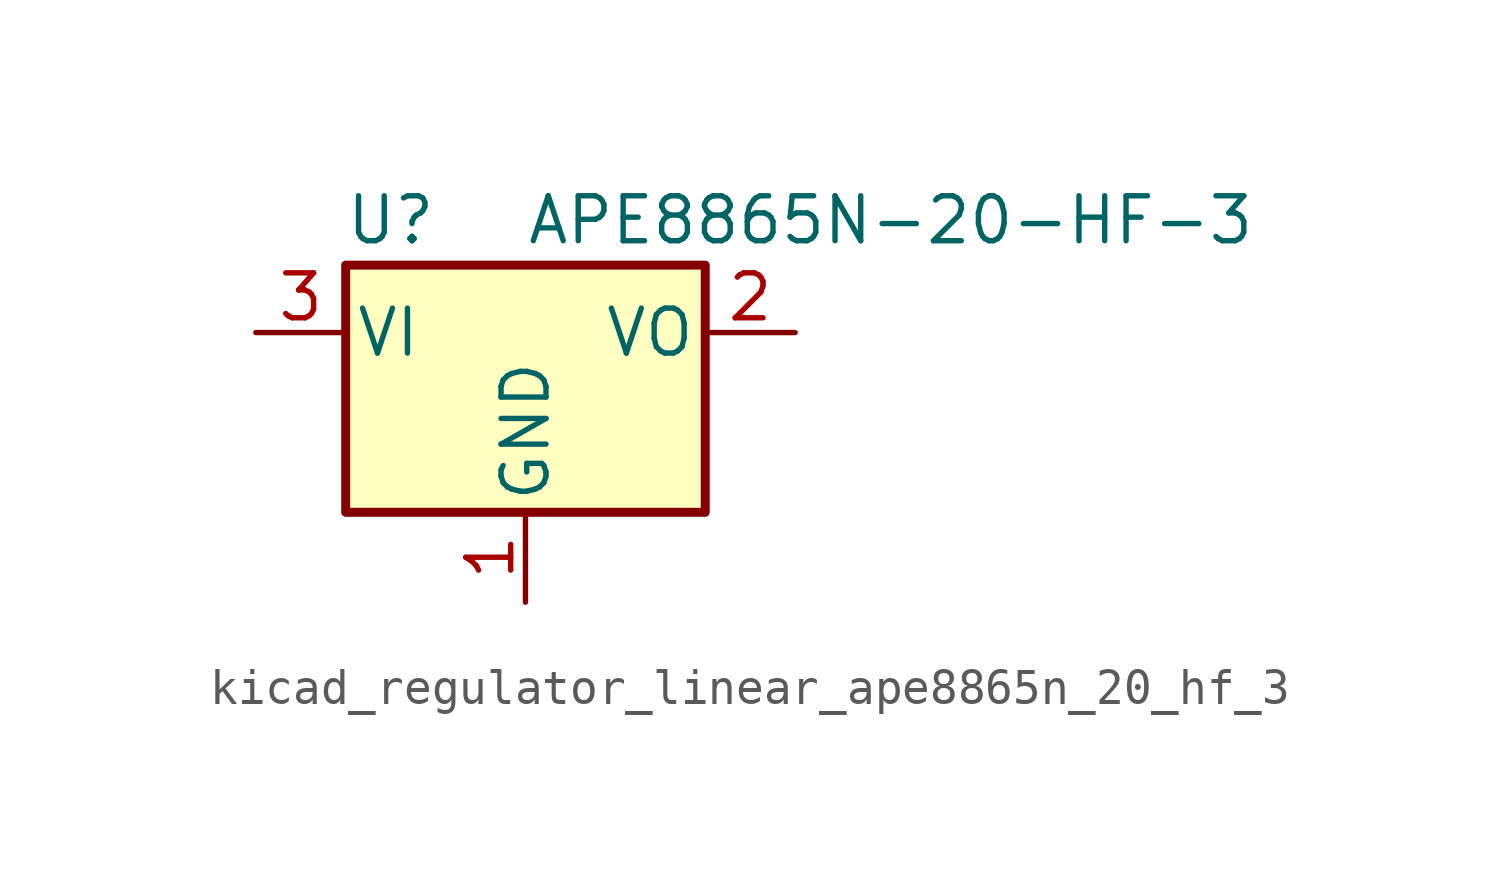
<source format=kicad_sym>
(kicad_symbol_lib
  (version 20220914)
  (generator kicad_symbol_editor)
  (symbol "kicad_regulator_linear_ape8865n_20_hf_3"
    (pin_names
      (offset 0.254))
    (property "Reference" "U"
      (at -3.81 3.175 0)
      (effects (font (size 1.27 1.27))))
    (property "Value" "APE8865N-20-HF-3"
      (at 0 3.175 0)
      (effects (font (size 1.27 1.27)) (justify left)))
    (symbol "kicad_regulator_linear_ape8865n_20_hf_3_0_1"
      (rectangle (start -5.08 1.905) (end 5.08 -5.08) (stroke (width 0.254) (type default)) (fill (type background))))
    (symbol "kicad_regulator_linear_ape8865n_20_hf_3_1_1"
      (pin power_in line (at 0 -7.62 90) (length 2.54) (name "GND" (effects (font (size 1.27 1.27)))) (number "1" (effects (font (size 1.27 1.27)))))
      (pin power_out line (at 7.62 0 180) (length 2.54) (name "VO" (effects (font (size 1.27 1.27)))) (number "2" (effects (font (size 1.27 1.27)))))
      (pin power_in line (at -7.62 0 0) (length 2.54) (name "VI" (effects (font (size 1.27 1.27)))) (number "3" (effects (font (size 1.27 1.27))))))))
</source>
